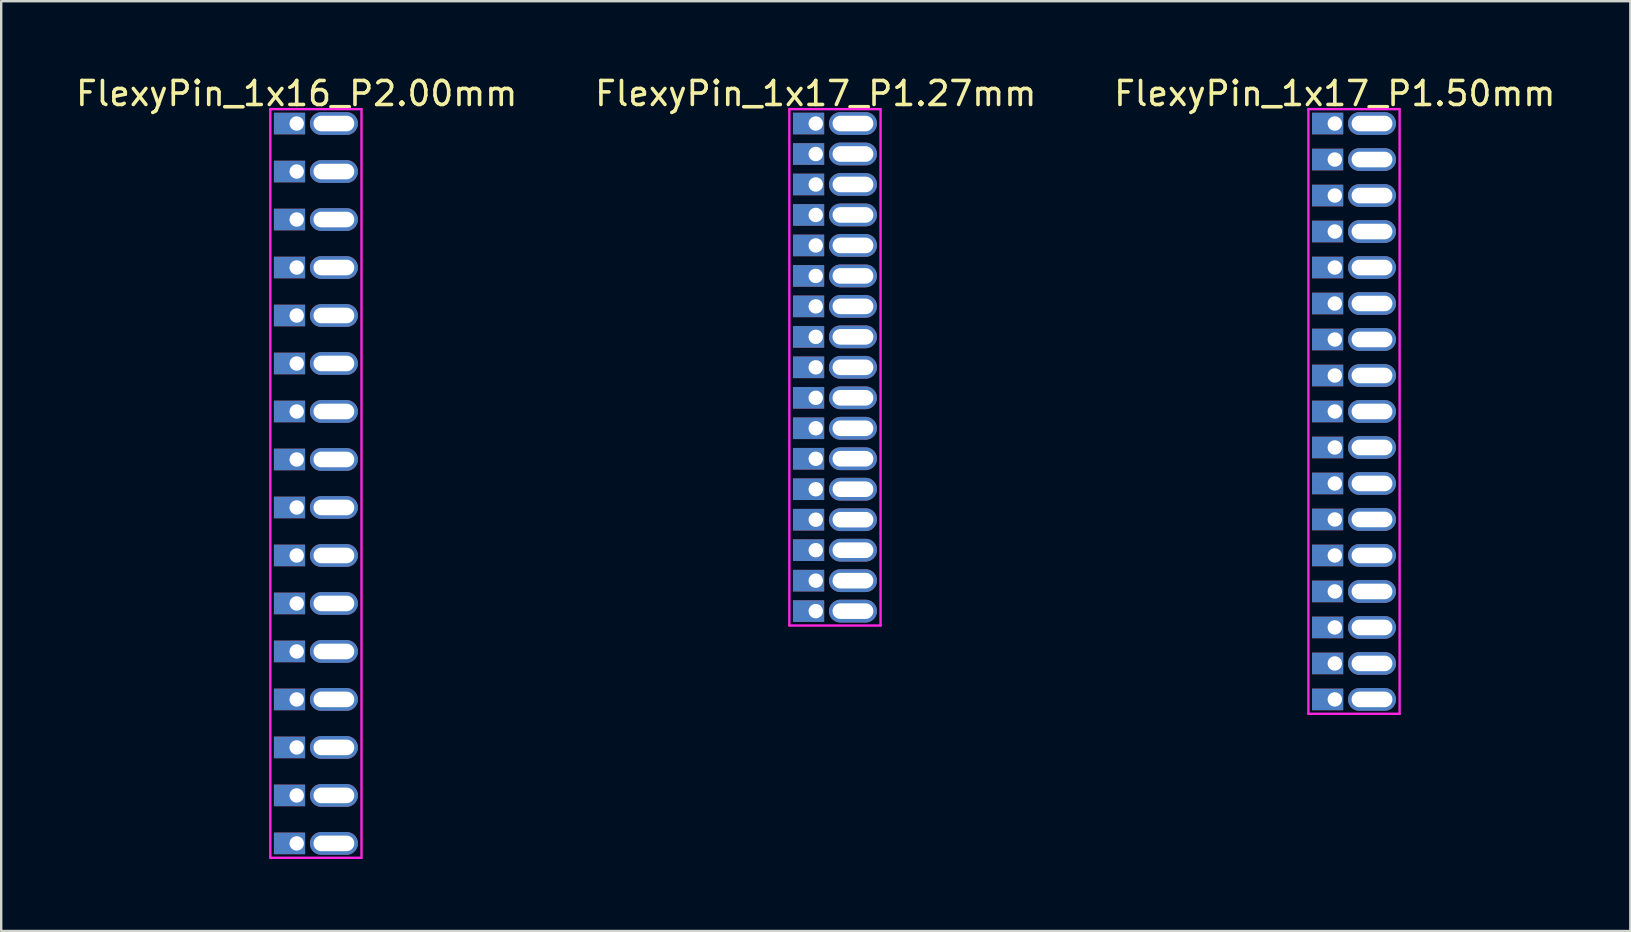
<source format=kicad_pcb>
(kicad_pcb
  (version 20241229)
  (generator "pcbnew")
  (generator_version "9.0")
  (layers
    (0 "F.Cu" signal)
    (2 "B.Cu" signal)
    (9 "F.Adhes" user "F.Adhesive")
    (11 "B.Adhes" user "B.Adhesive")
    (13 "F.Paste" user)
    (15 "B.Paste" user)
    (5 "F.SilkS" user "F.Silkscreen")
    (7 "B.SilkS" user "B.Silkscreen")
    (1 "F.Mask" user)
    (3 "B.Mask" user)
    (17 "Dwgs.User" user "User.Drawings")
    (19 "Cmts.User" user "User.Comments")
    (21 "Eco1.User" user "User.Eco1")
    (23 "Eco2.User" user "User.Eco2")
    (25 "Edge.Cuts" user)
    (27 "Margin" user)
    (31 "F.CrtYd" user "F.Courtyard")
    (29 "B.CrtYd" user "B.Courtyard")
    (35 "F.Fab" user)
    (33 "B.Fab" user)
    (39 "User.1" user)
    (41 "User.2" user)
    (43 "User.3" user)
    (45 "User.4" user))
  (footprint "FlexyPin_1x17_P1.27mm"
    (layer "F.Cu")
    (at 30.946 2.098)
    (property "Reference" "FlexyPin_1x17_P1.27mm" (at 0 -1.25 0) (layer "F.SilkS") (effects (font (size 1 1) (thickness 0.15))))
    (attr through_hole)
    (fp_line (start -1.1 -0.6) (end 2.7 -0.6) (stroke (width 0.1) (type solid)) (layer "F.CrtYd"))
    (fp_line (start -1.1 20.92) (end -1.1 -0.6) (stroke (width 0.1) (type solid)) (layer "F.CrtYd"))
    (fp_line (start 2.7 -0.6) (end 2.7 20.92) (stroke (width 0.1) (type solid)) (layer "F.CrtYd"))
    (fp_line (start 2.7 20.92) (end -1.1 20.92) (stroke (width 0.1) (type solid)) (layer "F.CrtYd"))
    (pad "" thru_hole oval (at 1.55 0) (size 2 0.95) (drill oval 1.7 0.65) (layers "*.Cu" "*.Mask"))
    (pad "" thru_hole oval (at 1.55 1.27) (size 2 0.95) (drill oval 1.7 0.65) (layers "*.Cu" "*.Mask"))
    (pad "" thru_hole oval (at 1.55 2.54) (size 2 0.95) (drill oval 1.7 0.65) (layers "*.Cu" "*.Mask"))
    (pad "" thru_hole oval (at 1.55 3.81) (size 2 0.95) (drill oval 1.7 0.65) (layers "*.Cu" "*.Mask"))
    (pad "" thru_hole oval (at 1.55 5.08) (size 2 0.95) (drill oval 1.7 0.65) (layers "*.Cu" "*.Mask"))
    (pad "" thru_hole oval (at 1.55 6.35) (size 2 0.95) (drill oval 1.7 0.65) (layers "*.Cu" "*.Mask"))
    (pad "" thru_hole oval (at 1.55 7.62) (size 2 0.95) (drill oval 1.7 0.65) (layers "*.Cu" "*.Mask"))
    (pad "" thru_hole oval (at 1.55 8.89) (size 2 0.95) (drill oval 1.7 0.65) (layers "*.Cu" "*.Mask"))
    (pad "" thru_hole oval (at 1.55 10.16) (size 2 0.95) (drill oval 1.7 0.65) (layers "*.Cu" "*.Mask"))
    (pad "" thru_hole oval (at 1.55 11.43) (size 2 0.95) (drill oval 1.7 0.65) (layers "*.Cu" "*.Mask"))
    (pad "" thru_hole oval (at 1.55 12.7) (size 2 0.95) (drill oval 1.7 0.65) (layers "*.Cu" "*.Mask"))
    (pad "" thru_hole oval (at 1.55 13.97) (size 2 0.95) (drill oval 1.7 0.65) (layers "*.Cu" "*.Mask"))
    (pad "" thru_hole oval (at 1.55 15.24) (size 2 0.95) (drill oval 1.7 0.65) (layers "*.Cu" "*.Mask"))
    (pad "" thru_hole oval (at 1.55 16.51) (size 2 0.95) (drill oval 1.7 0.65) (layers "*.Cu" "*.Mask"))
    (pad "" thru_hole oval (at 1.55 17.78) (size 2 0.95) (drill oval 1.7 0.65) (layers "*.Cu" "*.Mask"))
    (pad "" thru_hole oval (at 1.55 19.05) (size 2 0.95) (drill oval 1.7 0.65) (layers "*.Cu" "*.Mask"))
    (pad "" thru_hole oval (at 1.55 20.32) (size 2 0.95) (drill oval 1.7 0.65) (layers "*.Cu" "*.Mask"))
    (pad "1" thru_hole rect (at 0 0) (size 1.3 0.9) (drill 0.6 (offset -0.3 0)) (layers "*.Cu" "*.Mask"))
    (pad "2" thru_hole rect (at 0 1.27) (size 1.3 0.9) (drill 0.6 (offset -0.3 0)) (layers "*.Cu" "*.Mask"))
    (pad "3" thru_hole rect (at 0 2.54) (size 1.3 0.9) (drill 0.6 (offset -0.3 0)) (layers "*.Cu" "*.Mask"))
    (pad "4" thru_hole rect (at 0 3.81) (size 1.3 0.9) (drill 0.6 (offset -0.3 0)) (layers "*.Cu" "*.Mask"))
    (pad "5" thru_hole rect (at 0 5.08) (size 1.3 0.9) (drill 0.6 (offset -0.3 0)) (layers "*.Cu" "*.Mask"))
    (pad "6" thru_hole rect (at 0 6.35) (size 1.3 0.9) (drill 0.6 (offset -0.3 0)) (layers "*.Cu" "*.Mask"))
    (pad "7" thru_hole rect (at 0 7.62) (size 1.3 0.9) (drill 0.6 (offset -0.3 0)) (layers "*.Cu" "*.Mask"))
    (pad "8" thru_hole rect (at 0 8.89) (size 1.3 0.9) (drill 0.6 (offset -0.3 0)) (layers "*.Cu" "*.Mask"))
    (pad "9" thru_hole rect (at 0 10.16) (size 1.3 0.9) (drill 0.6 (offset -0.3 0)) (layers "*.Cu" "*.Mask"))
    (pad "10" thru_hole rect (at 0 11.43) (size 1.3 0.9) (drill 0.6 (offset -0.3 0)) (layers "*.Cu" "*.Mask"))
    (pad "11" thru_hole rect (at 0 12.7) (size 1.3 0.9) (drill 0.6 (offset -0.3 0)) (layers "*.Cu" "*.Mask"))
    (pad "12" thru_hole rect (at 0 13.97) (size 1.3 0.9) (drill 0.6 (offset -0.3 0)) (layers "*.Cu" "*.Mask"))
    (pad "13" thru_hole rect (at 0 15.24) (size 1.3 0.9) (drill 0.6 (offset -0.3 0)) (layers "*.Cu" "*.Mask"))
    (pad "14" thru_hole rect (at 0 16.51) (size 1.3 0.9) (drill 0.6 (offset -0.3 0)) (layers "*.Cu" "*.Mask"))
    (pad "15" thru_hole rect (at 0 17.78) (size 1.3 0.9) (drill 0.6 (offset -0.3 0)) (layers "*.Cu" "*.Mask"))
    (pad "16" thru_hole rect (at 0 19.05) (size 1.3 0.9) (drill 0.6 (offset -0.3 0)) (layers "*.Cu" "*.Mask"))
    (pad "17" thru_hole rect (at 0 20.32) (size 1.3 0.9) (drill 0.6 (offset -0.3 0)) (layers "*.Cu" "*.Mask")))
  (footprint "FlexyPin_1x16_P2.00mm"
    (layer "F.Cu")
    (at 9.315 2.098)
    (property "Reference" "FlexyPin_1x16_P2.00mm" (at 0 -1.25 0) (layer "F.SilkS") (effects (font (size 1 1) (thickness 0.15))))
    (attr through_hole)
    (fp_line (start -1.1 -0.6) (end 2.7 -0.6) (stroke (width 0.1) (type solid)) (layer "F.CrtYd"))
    (fp_line (start -1.1 30.6) (end -1.1 -0.6) (stroke (width 0.1) (type solid)) (layer "F.CrtYd"))
    (fp_line (start 2.7 -0.6) (end 2.7 30.6) (stroke (width 0.1) (type solid)) (layer "F.CrtYd"))
    (fp_line (start 2.7 30.6) (end -1.1 30.6) (stroke (width 0.1) (type solid)) (layer "F.CrtYd"))
    (pad "" thru_hole oval (at 1.55 0) (size 2 0.95) (drill oval 1.7 0.65) (layers "*.Cu" "*.Mask"))
    (pad "" thru_hole oval (at 1.55 2) (size 2 0.95) (drill oval 1.7 0.65) (layers "*.Cu" "*.Mask"))
    (pad "" thru_hole oval (at 1.55 4) (size 2 0.95) (drill oval 1.7 0.65) (layers "*.Cu" "*.Mask"))
    (pad "" thru_hole oval (at 1.55 6) (size 2 0.95) (drill oval 1.7 0.65) (layers "*.Cu" "*.Mask"))
    (pad "" thru_hole oval (at 1.55 8) (size 2 0.95) (drill oval 1.7 0.65) (layers "*.Cu" "*.Mask"))
    (pad "" thru_hole oval (at 1.55 10) (size 2 0.95) (drill oval 1.7 0.65) (layers "*.Cu" "*.Mask"))
    (pad "" thru_hole oval (at 1.55 12) (size 2 0.95) (drill oval 1.7 0.65) (layers "*.Cu" "*.Mask"))
    (pad "" thru_hole oval (at 1.55 14) (size 2 0.95) (drill oval 1.7 0.65) (layers "*.Cu" "*.Mask"))
    (pad "" thru_hole oval (at 1.55 16) (size 2 0.95) (drill oval 1.7 0.65) (layers "*.Cu" "*.Mask"))
    (pad "" thru_hole oval (at 1.55 18) (size 2 0.95) (drill oval 1.7 0.65) (layers "*.Cu" "*.Mask"))
    (pad "" thru_hole oval (at 1.55 20) (size 2 0.95) (drill oval 1.7 0.65) (layers "*.Cu" "*.Mask"))
    (pad "" thru_hole oval (at 1.55 22) (size 2 0.95) (drill oval 1.7 0.65) (layers "*.Cu" "*.Mask"))
    (pad "" thru_hole oval (at 1.55 24) (size 2 0.95) (drill oval 1.7 0.65) (layers "*.Cu" "*.Mask"))
    (pad "" thru_hole oval (at 1.55 26) (size 2 0.95) (drill oval 1.7 0.65) (layers "*.Cu" "*.Mask"))
    (pad "" thru_hole oval (at 1.55 28) (size 2 0.95) (drill oval 1.7 0.65) (layers "*.Cu" "*.Mask"))
    (pad "" thru_hole oval (at 1.55 30) (size 2 0.95) (drill oval 1.7 0.65) (layers "*.Cu" "*.Mask"))
    (pad "1" thru_hole rect (at 0 0) (size 1.3 0.9) (drill 0.6 (offset -0.3 0)) (layers "*.Cu" "*.Mask"))
    (pad "2" thru_hole rect (at 0 2) (size 1.3 0.9) (drill 0.6 (offset -0.3 0)) (layers "*.Cu" "*.Mask"))
    (pad "3" thru_hole rect (at 0 4) (size 1.3 0.9) (drill 0.6 (offset -0.3 0)) (layers "*.Cu" "*.Mask"))
    (pad "4" thru_hole rect (at 0 6) (size 1.3 0.9) (drill 0.6 (offset -0.3 0)) (layers "*.Cu" "*.Mask"))
    (pad "5" thru_hole rect (at 0 8) (size 1.3 0.9) (drill 0.6 (offset -0.3 0)) (layers "*.Cu" "*.Mask"))
    (pad "6" thru_hole rect (at 0 10) (size 1.3 0.9) (drill 0.6 (offset -0.3 0)) (layers "*.Cu" "*.Mask"))
    (pad "7" thru_hole rect (at 0 12) (size 1.3 0.9) (drill 0.6 (offset -0.3 0)) (layers "*.Cu" "*.Mask"))
    (pad "8" thru_hole rect (at 0 14) (size 1.3 0.9) (drill 0.6 (offset -0.3 0)) (layers "*.Cu" "*.Mask"))
    (pad "9" thru_hole rect (at 0 16) (size 1.3 0.9) (drill 0.6 (offset -0.3 0)) (layers "*.Cu" "*.Mask"))
    (pad "10" thru_hole rect (at 0 18) (size 1.3 0.9) (drill 0.6 (offset -0.3 0)) (layers "*.Cu" "*.Mask"))
    (pad "11" thru_hole rect (at 0 20) (size 1.3 0.9) (drill 0.6 (offset -0.3 0)) (layers "*.Cu" "*.Mask"))
    (pad "12" thru_hole rect (at 0 22) (size 1.3 0.9) (drill 0.6 (offset -0.3 0)) (layers "*.Cu" "*.Mask"))
    (pad "13" thru_hole rect (at 0 24) (size 1.3 0.9) (drill 0.6 (offset -0.3 0)) (layers "*.Cu" "*.Mask"))
    (pad "14" thru_hole rect (at 0 26) (size 1.3 0.9) (drill 0.6 (offset -0.3 0)) (layers "*.Cu" "*.Mask"))
    (pad "15" thru_hole rect (at 0 28) (size 1.3 0.9) (drill 0.6 (offset -0.3 0)) (layers "*.Cu" "*.Mask"))
    (pad "16" thru_hole rect (at 0 30) (size 1.3 0.9) (drill 0.6 (offset -0.3 0)) (layers "*.Cu" "*.Mask")))
  (footprint "FlexyPin_1x17_P1.50mm"
    (layer "F.Cu")
    (at 52.577 2.098)
    (property "Reference" "FlexyPin_1x17_P1.50mm" (at 0 -1.25 0) (layer "F.SilkS") (effects (font (size 1 1) (thickness 0.15))))
    (attr through_hole)
    (fp_line (start -1.1 -0.6) (end 2.7 -0.6) (stroke (width 0.1) (type solid)) (layer "F.CrtYd"))
    (fp_line (start -1.1 24.6) (end -1.1 -0.6) (stroke (width 0.1) (type solid)) (layer "F.CrtYd"))
    (fp_line (start 2.7 -0.6) (end 2.7 24.6) (stroke (width 0.1) (type solid)) (layer "F.CrtYd"))
    (fp_line (start 2.7 24.6) (end -1.1 24.6) (stroke (width 0.1) (type solid)) (layer "F.CrtYd"))
    (pad "" thru_hole oval (at 1.55 0) (size 2 0.95) (drill oval 1.7 0.65) (layers "*.Cu" "*.Mask"))
    (pad "" thru_hole oval (at 1.55 1.5) (size 2 0.95) (drill oval 1.7 0.65) (layers "*.Cu" "*.Mask"))
    (pad "" thru_hole oval (at 1.55 3) (size 2 0.95) (drill oval 1.7 0.65) (layers "*.Cu" "*.Mask"))
    (pad "" thru_hole oval (at 1.55 4.5) (size 2 0.95) (drill oval 1.7 0.65) (layers "*.Cu" "*.Mask"))
    (pad "" thru_hole oval (at 1.55 6) (size 2 0.95) (drill oval 1.7 0.65) (layers "*.Cu" "*.Mask"))
    (pad "" thru_hole oval (at 1.55 7.5) (size 2 0.95) (drill oval 1.7 0.65) (layers "*.Cu" "*.Mask"))
    (pad "" thru_hole oval (at 1.55 9) (size 2 0.95) (drill oval 1.7 0.65) (layers "*.Cu" "*.Mask"))
    (pad "" thru_hole oval (at 1.55 10.5) (size 2 0.95) (drill oval 1.7 0.65) (layers "*.Cu" "*.Mask"))
    (pad "" thru_hole oval (at 1.55 12) (size 2 0.95) (drill oval 1.7 0.65) (layers "*.Cu" "*.Mask"))
    (pad "" thru_hole oval (at 1.55 13.5) (size 2 0.95) (drill oval 1.7 0.65) (layers "*.Cu" "*.Mask"))
    (pad "" thru_hole oval (at 1.55 15) (size 2 0.95) (drill oval 1.7 0.65) (layers "*.Cu" "*.Mask"))
    (pad "" thru_hole oval (at 1.55 16.5) (size 2 0.95) (drill oval 1.7 0.65) (layers "*.Cu" "*.Mask"))
    (pad "" thru_hole oval (at 1.55 18) (size 2 0.95) (drill oval 1.7 0.65) (layers "*.Cu" "*.Mask"))
    (pad "" thru_hole oval (at 1.55 19.5) (size 2 0.95) (drill oval 1.7 0.65) (layers "*.Cu" "*.Mask"))
    (pad "" thru_hole oval (at 1.55 21) (size 2 0.95) (drill oval 1.7 0.65) (layers "*.Cu" "*.Mask"))
    (pad "" thru_hole oval (at 1.55 22.5) (size 2 0.95) (drill oval 1.7 0.65) (layers "*.Cu" "*.Mask"))
    (pad "" thru_hole oval (at 1.55 24) (size 2 0.95) (drill oval 1.7 0.65) (layers "*.Cu" "*.Mask"))
    (pad "1" thru_hole rect (at 0 0) (size 1.3 0.9) (drill 0.6 (offset -0.3 0)) (layers "*.Cu" "*.Mask"))
    (pad "2" thru_hole rect (at 0 1.5) (size 1.3 0.9) (drill 0.6 (offset -0.3 0)) (layers "*.Cu" "*.Mask"))
    (pad "3" thru_hole rect (at 0 3) (size 1.3 0.9) (drill 0.6 (offset -0.3 0)) (layers "*.Cu" "*.Mask"))
    (pad "4" thru_hole rect (at 0 4.5) (size 1.3 0.9) (drill 0.6 (offset -0.3 0)) (layers "*.Cu" "*.Mask"))
    (pad "5" thru_hole rect (at 0 6) (size 1.3 0.9) (drill 0.6 (offset -0.3 0)) (layers "*.Cu" "*.Mask"))
    (pad "6" thru_hole rect (at 0 7.5) (size 1.3 0.9) (drill 0.6 (offset -0.3 0)) (layers "*.Cu" "*.Mask"))
    (pad "7" thru_hole rect (at 0 9) (size 1.3 0.9) (drill 0.6 (offset -0.3 0)) (layers "*.Cu" "*.Mask"))
    (pad "8" thru_hole rect (at 0 10.5) (size 1.3 0.9) (drill 0.6 (offset -0.3 0)) (layers "*.Cu" "*.Mask"))
    (pad "9" thru_hole rect (at 0 12) (size 1.3 0.9) (drill 0.6 (offset -0.3 0)) (layers "*.Cu" "*.Mask"))
    (pad "10" thru_hole rect (at 0 13.5) (size 1.3 0.9) (drill 0.6 (offset -0.3 0)) (layers "*.Cu" "*.Mask"))
    (pad "11" thru_hole rect (at 0 15) (size 1.3 0.9) (drill 0.6 (offset -0.3 0)) (layers "*.Cu" "*.Mask"))
    (pad "12" thru_hole rect (at 0 16.5) (size 1.3 0.9) (drill 0.6 (offset -0.3 0)) (layers "*.Cu" "*.Mask"))
    (pad "13" thru_hole rect (at 0 18) (size 1.3 0.9) (drill 0.6 (offset -0.3 0)) (layers "*.Cu" "*.Mask"))
    (pad "14" thru_hole rect (at 0 19.5) (size 1.3 0.9) (drill 0.6 (offset -0.3 0)) (layers "*.Cu" "*.Mask"))
    (pad "15" thru_hole rect (at 0 21) (size 1.3 0.9) (drill 0.6 (offset -0.3 0)) (layers "*.Cu" "*.Mask"))
    (pad "16" thru_hole rect (at 0 22.5) (size 1.3 0.9) (drill 0.6 (offset -0.3 0)) (layers "*.Cu" "*.Mask"))
    (pad "17" thru_hole rect (at 0 24) (size 1.3 0.9) (drill 0.6 (offset -0.3 0)) (layers "*.Cu" "*.Mask")))
  (gr_rect
    (start -3 -3)
    (end 64.893 35.748)
    (stroke (width 0.1) (type default))
    (fill no)
    (layer "Edge.Cuts")))
</source>
